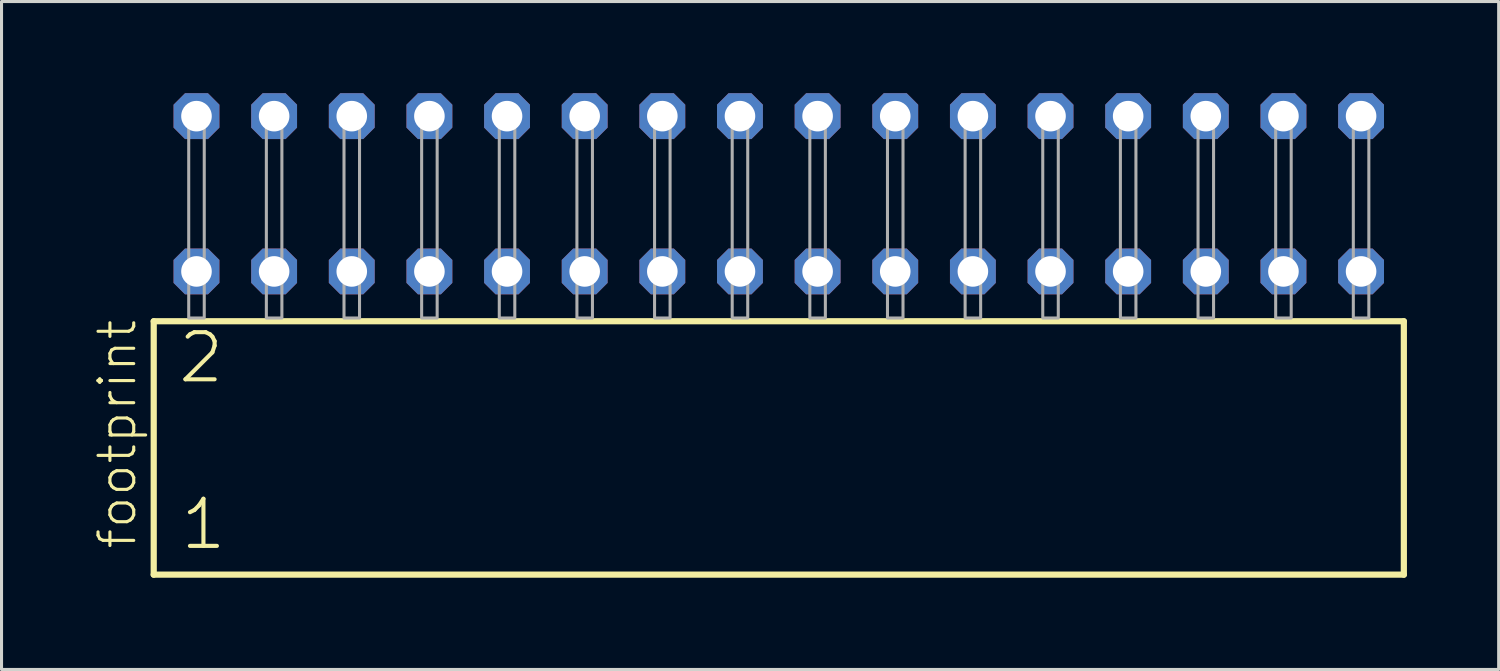
<source format=kicad_pcb>
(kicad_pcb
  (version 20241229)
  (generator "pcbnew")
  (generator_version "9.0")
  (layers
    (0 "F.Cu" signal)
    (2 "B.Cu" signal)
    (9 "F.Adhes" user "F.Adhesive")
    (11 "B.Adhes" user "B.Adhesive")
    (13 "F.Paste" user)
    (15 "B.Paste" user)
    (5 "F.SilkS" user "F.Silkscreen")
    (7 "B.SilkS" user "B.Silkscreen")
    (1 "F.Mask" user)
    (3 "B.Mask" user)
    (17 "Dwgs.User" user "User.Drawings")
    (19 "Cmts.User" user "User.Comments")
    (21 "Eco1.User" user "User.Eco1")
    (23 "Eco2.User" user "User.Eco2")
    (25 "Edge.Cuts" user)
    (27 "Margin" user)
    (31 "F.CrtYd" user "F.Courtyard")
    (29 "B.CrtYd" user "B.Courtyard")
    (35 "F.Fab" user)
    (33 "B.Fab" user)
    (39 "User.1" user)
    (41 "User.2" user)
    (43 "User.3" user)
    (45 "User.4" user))
  (footprint "footprint"
    (layer "F.Cu")
    (at 22.428 7.354)
    (property "Reference" "footprint" (at -20.955 7.62 90) (layer "F.SilkS") (effects (font (size 1.168 1.168) (thickness 0.102)) (justify left bottom)))
    (fp_line (start -20.449 0.106) (end -20.449 8.396) (stroke (width 0.203) (type solid)) (layer "F.SilkS"))
    (fp_line (start -20.449 8.396) (end 20.449 8.396) (stroke (width 0.203) (type solid)) (layer "F.SilkS"))
    (fp_line (start 20.449 0.106) (end -20.449 0.106) (stroke (width 0.203) (type solid)) (layer "F.SilkS"))
    (fp_line (start 20.449 8.396) (end 20.449 0.106) (stroke (width 0.203) (type solid)) (layer "F.SilkS"))
    (fp_poly (pts (xy -19.304 0) (xy -18.796 0) (xy -18.796 -6.858) (xy -19.304 -6.858)) (stroke (width 0.1) (type solid)) (fill no) (layer "F.Fab"))
    (fp_poly (pts (xy -16.764 0) (xy -16.256 0) (xy -16.256 -6.858) (xy -16.764 -6.858)) (stroke (width 0.1) (type solid)) (fill no) (layer "F.Fab"))
    (fp_poly (pts (xy -14.224 0) (xy -13.716 0) (xy -13.716 -6.858) (xy -14.224 -6.858)) (stroke (width 0.1) (type solid)) (fill no) (layer "F.Fab"))
    (fp_poly (pts (xy -11.684 0) (xy -11.176 0) (xy -11.176 -6.858) (xy -11.684 -6.858)) (stroke (width 0.1) (type solid)) (fill no) (layer "F.Fab"))
    (fp_poly (pts (xy -9.144 0) (xy -8.636 0) (xy -8.636 -6.858) (xy -9.144 -6.858)) (stroke (width 0.1) (type solid)) (fill no) (layer "F.Fab"))
    (fp_poly (pts (xy -6.604 0) (xy -6.096 0) (xy -6.096 -6.858) (xy -6.604 -6.858)) (stroke (width 0.1) (type solid)) (fill no) (layer "F.Fab"))
    (fp_poly (pts (xy -4.064 0) (xy -3.556 0) (xy -3.556 -6.858) (xy -4.064 -6.858)) (stroke (width 0.1) (type solid)) (fill no) (layer "F.Fab"))
    (fp_poly (pts (xy -1.524 0) (xy -1.016 0) (xy -1.016 -6.858) (xy -1.524 -6.858)) (stroke (width 0.1) (type solid)) (fill no) (layer "F.Fab"))
    (fp_poly (pts (xy 1.016 0) (xy 1.524 0) (xy 1.524 -6.858) (xy 1.016 -6.858)) (stroke (width 0.1) (type solid)) (fill no) (layer "F.Fab"))
    (fp_poly (pts (xy 3.556 0) (xy 4.064 0) (xy 4.064 -6.858) (xy 3.556 -6.858)) (stroke (width 0.1) (type solid)) (fill no) (layer "F.Fab"))
    (fp_poly (pts (xy 6.096 0) (xy 6.604 0) (xy 6.604 -6.858) (xy 6.096 -6.858)) (stroke (width 0.1) (type solid)) (fill no) (layer "F.Fab"))
    (fp_poly (pts (xy 8.636 0) (xy 9.144 0) (xy 9.144 -6.858) (xy 8.636 -6.858)) (stroke (width 0.1) (type solid)) (fill no) (layer "F.Fab"))
    (fp_poly (pts (xy 11.176 0) (xy 11.684 0) (xy 11.684 -6.858) (xy 11.176 -6.858)) (stroke (width 0.1) (type solid)) (fill no) (layer "F.Fab"))
    (fp_poly (pts (xy 13.716 0) (xy 14.224 0) (xy 14.224 -6.858) (xy 13.716 -6.858)) (stroke (width 0.1) (type solid)) (fill no) (layer "F.Fab"))
    (fp_poly (pts (xy 16.256 0) (xy 16.764 0) (xy 16.764 -6.858) (xy 16.256 -6.858)) (stroke (width 0.1) (type solid)) (fill no) (layer "F.Fab"))
    (fp_poly (pts (xy 18.796 0) (xy 19.304 0) (xy 19.304 -6.858) (xy 18.796 -6.858)) (stroke (width 0.1) (type solid)) (fill no) (layer "F.Fab"))
    (fp_text user "1" (at -19.645 7.65 0) (layer "F.SilkS") (effects (font (size 1.542 1.542) (thickness 0.134)) (justify left bottom)))
    (fp_text user "2" (at -19.72 2.2 0) (layer "F.SilkS") (effects (font (size 1.542 1.542) (thickness 0.134)) (justify left bottom)))
    (pad "1" thru_hole roundrect (at -19.05 -1.524) (size 1.5 1.5) (drill 1) (layers "*.Cu" "*.Mask") (roundrect_rratio 0.25) (chamfer_ratio 0.25) (chamfer top_left top_right bottom_left bottom_right))
    (pad "2" thru_hole roundrect (at -19.05 -6.604) (size 1.5 1.5) (drill 1) (layers "*.Cu" "*.Mask") (roundrect_rratio 0.25) (chamfer_ratio 0.25) (chamfer top_left top_right bottom_left bottom_right))
    (pad "3" thru_hole roundrect (at -16.51 -1.524) (size 1.5 1.5) (drill 1) (layers "*.Cu" "*.Mask") (roundrect_rratio 0.25) (chamfer_ratio 0.25) (chamfer top_left top_right bottom_left bottom_right))
    (pad "4" thru_hole roundrect (at -16.51 -6.604) (size 1.5 1.5) (drill 1) (layers "*.Cu" "*.Mask") (roundrect_rratio 0.25) (chamfer_ratio 0.25) (chamfer top_left top_right bottom_left bottom_right))
    (pad "5" thru_hole roundrect (at -13.97 -1.524) (size 1.5 1.5) (drill 1) (layers "*.Cu" "*.Mask") (roundrect_rratio 0.25) (chamfer_ratio 0.25) (chamfer top_left top_right bottom_left bottom_right))
    (pad "6" thru_hole roundrect (at -13.97 -6.604) (size 1.5 1.5) (drill 1) (layers "*.Cu" "*.Mask") (roundrect_rratio 0.25) (chamfer_ratio 0.25) (chamfer top_left top_right bottom_left bottom_right))
    (pad "7" thru_hole roundrect (at -11.43 -1.524) (size 1.5 1.5) (drill 1) (layers "*.Cu" "*.Mask") (roundrect_rratio 0.25) (chamfer_ratio 0.25) (chamfer top_left top_right bottom_left bottom_right))
    (pad "8" thru_hole roundrect (at -11.43 -6.604) (size 1.5 1.5) (drill 1) (layers "*.Cu" "*.Mask") (roundrect_rratio 0.25) (chamfer_ratio 0.25) (chamfer top_left top_right bottom_left bottom_right))
    (pad "9" thru_hole roundrect (at -8.89 -1.524) (size 1.5 1.5) (drill 1) (layers "*.Cu" "*.Mask") (roundrect_rratio 0.25) (chamfer_ratio 0.25) (chamfer top_left top_right bottom_left bottom_right))
    (pad "10" thru_hole roundrect (at -8.89 -6.604) (size 1.5 1.5) (drill 1) (layers "*.Cu" "*.Mask") (roundrect_rratio 0.25) (chamfer_ratio 0.25) (chamfer top_left top_right bottom_left bottom_right))
    (pad "11" thru_hole roundrect (at -6.35 -1.524) (size 1.5 1.5) (drill 1) (layers "*.Cu" "*.Mask") (roundrect_rratio 0.25) (chamfer_ratio 0.25) (chamfer top_left top_right bottom_left bottom_right))
    (pad "12" thru_hole roundrect (at -6.35 -6.604) (size 1.5 1.5) (drill 1) (layers "*.Cu" "*.Mask") (roundrect_rratio 0.25) (chamfer_ratio 0.25) (chamfer top_left top_right bottom_left bottom_right))
    (pad "13" thru_hole roundrect (at -3.81 -1.524) (size 1.5 1.5) (drill 1) (layers "*.Cu" "*.Mask") (roundrect_rratio 0.25) (chamfer_ratio 0.25) (chamfer top_left top_right bottom_left bottom_right))
    (pad "14" thru_hole roundrect (at -3.81 -6.604) (size 1.5 1.5) (drill 1) (layers "*.Cu" "*.Mask") (roundrect_rratio 0.25) (chamfer_ratio 0.25) (chamfer top_left top_right bottom_left bottom_right))
    (pad "15" thru_hole roundrect (at -1.27 -1.524) (size 1.5 1.5) (drill 1) (layers "*.Cu" "*.Mask") (roundrect_rratio 0.25) (chamfer_ratio 0.25) (chamfer top_left top_right bottom_left bottom_right))
    (pad "16" thru_hole roundrect (at -1.27 -6.604) (size 1.5 1.5) (drill 1) (layers "*.Cu" "*.Mask") (roundrect_rratio 0.25) (chamfer_ratio 0.25) (chamfer top_left top_right bottom_left bottom_right))
    (pad "17" thru_hole roundrect (at 1.27 -1.524) (size 1.5 1.5) (drill 1) (layers "*.Cu" "*.Mask") (roundrect_rratio 0.25) (chamfer_ratio 0.25) (chamfer top_left top_right bottom_left bottom_right))
    (pad "18" thru_hole roundrect (at 1.27 -6.604) (size 1.5 1.5) (drill 1) (layers "*.Cu" "*.Mask") (roundrect_rratio 0.25) (chamfer_ratio 0.25) (chamfer top_left top_right bottom_left bottom_right))
    (pad "19" thru_hole roundrect (at 3.81 -1.524) (size 1.5 1.5) (drill 1) (layers "*.Cu" "*.Mask") (roundrect_rratio 0.25) (chamfer_ratio 0.25) (chamfer top_left top_right bottom_left bottom_right))
    (pad "20" thru_hole roundrect (at 3.81 -6.604) (size 1.5 1.5) (drill 1) (layers "*.Cu" "*.Mask") (roundrect_rratio 0.25) (chamfer_ratio 0.25) (chamfer top_left top_right bottom_left bottom_right))
    (pad "21" thru_hole roundrect (at 6.35 -1.524) (size 1.5 1.5) (drill 1) (layers "*.Cu" "*.Mask") (roundrect_rratio 0.25) (chamfer_ratio 0.25) (chamfer top_left top_right bottom_left bottom_right))
    (pad "22" thru_hole roundrect (at 6.35 -6.604) (size 1.5 1.5) (drill 1) (layers "*.Cu" "*.Mask") (roundrect_rratio 0.25) (chamfer_ratio 0.25) (chamfer top_left top_right bottom_left bottom_right))
    (pad "23" thru_hole roundrect (at 8.89 -1.524) (size 1.5 1.5) (drill 1) (layers "*.Cu" "*.Mask") (roundrect_rratio 0.25) (chamfer_ratio 0.25) (chamfer top_left top_right bottom_left bottom_right))
    (pad "24" thru_hole roundrect (at 8.89 -6.604) (size 1.5 1.5) (drill 1) (layers "*.Cu" "*.Mask") (roundrect_rratio 0.25) (chamfer_ratio 0.25) (chamfer top_left top_right bottom_left bottom_right))
    (pad "25" thru_hole roundrect (at 11.43 -1.524) (size 1.5 1.5) (drill 1) (layers "*.Cu" "*.Mask") (roundrect_rratio 0.25) (chamfer_ratio 0.25) (chamfer top_left top_right bottom_left bottom_right))
    (pad "26" thru_hole roundrect (at 11.43 -6.604) (size 1.5 1.5) (drill 1) (layers "*.Cu" "*.Mask") (roundrect_rratio 0.25) (chamfer_ratio 0.25) (chamfer top_left top_right bottom_left bottom_right))
    (pad "27" thru_hole roundrect (at 13.97 -1.524) (size 1.5 1.5) (drill 1) (layers "*.Cu" "*.Mask") (roundrect_rratio 0.25) (chamfer_ratio 0.25) (chamfer top_left top_right bottom_left bottom_right))
    (pad "28" thru_hole roundrect (at 13.97 -6.604) (size 1.5 1.5) (drill 1) (layers "*.Cu" "*.Mask") (roundrect_rratio 0.25) (chamfer_ratio 0.25) (chamfer top_left top_right bottom_left bottom_right))
    (pad "29" thru_hole roundrect (at 16.51 -1.524) (size 1.5 1.5) (drill 1) (layers "*.Cu" "*.Mask") (roundrect_rratio 0.25) (chamfer_ratio 0.25) (chamfer top_left top_right bottom_left bottom_right))
    (pad "30" thru_hole roundrect (at 16.51 -6.604) (size 1.5 1.5) (drill 1) (layers "*.Cu" "*.Mask") (roundrect_rratio 0.25) (chamfer_ratio 0.25) (chamfer top_left top_right bottom_left bottom_right))
    (pad "31" thru_hole roundrect (at 19.05 -1.524) (size 1.5 1.5) (drill 1) (layers "*.Cu" "*.Mask") (roundrect_rratio 0.25) (chamfer_ratio 0.25) (chamfer top_left top_right bottom_left bottom_right))
    (pad "32" thru_hole roundrect (at 19.05 -6.604) (size 1.5 1.5) (drill 1) (layers "*.Cu" "*.Mask") (roundrect_rratio 0.25) (chamfer_ratio 0.25) (chamfer top_left top_right bottom_left bottom_right)))
  (gr_rect
    (start -3 -3)
    (end 45.979 18.852)
    (stroke (width 0.1) (type default))
    (fill no)
    (layer "Edge.Cuts")))
</source>
